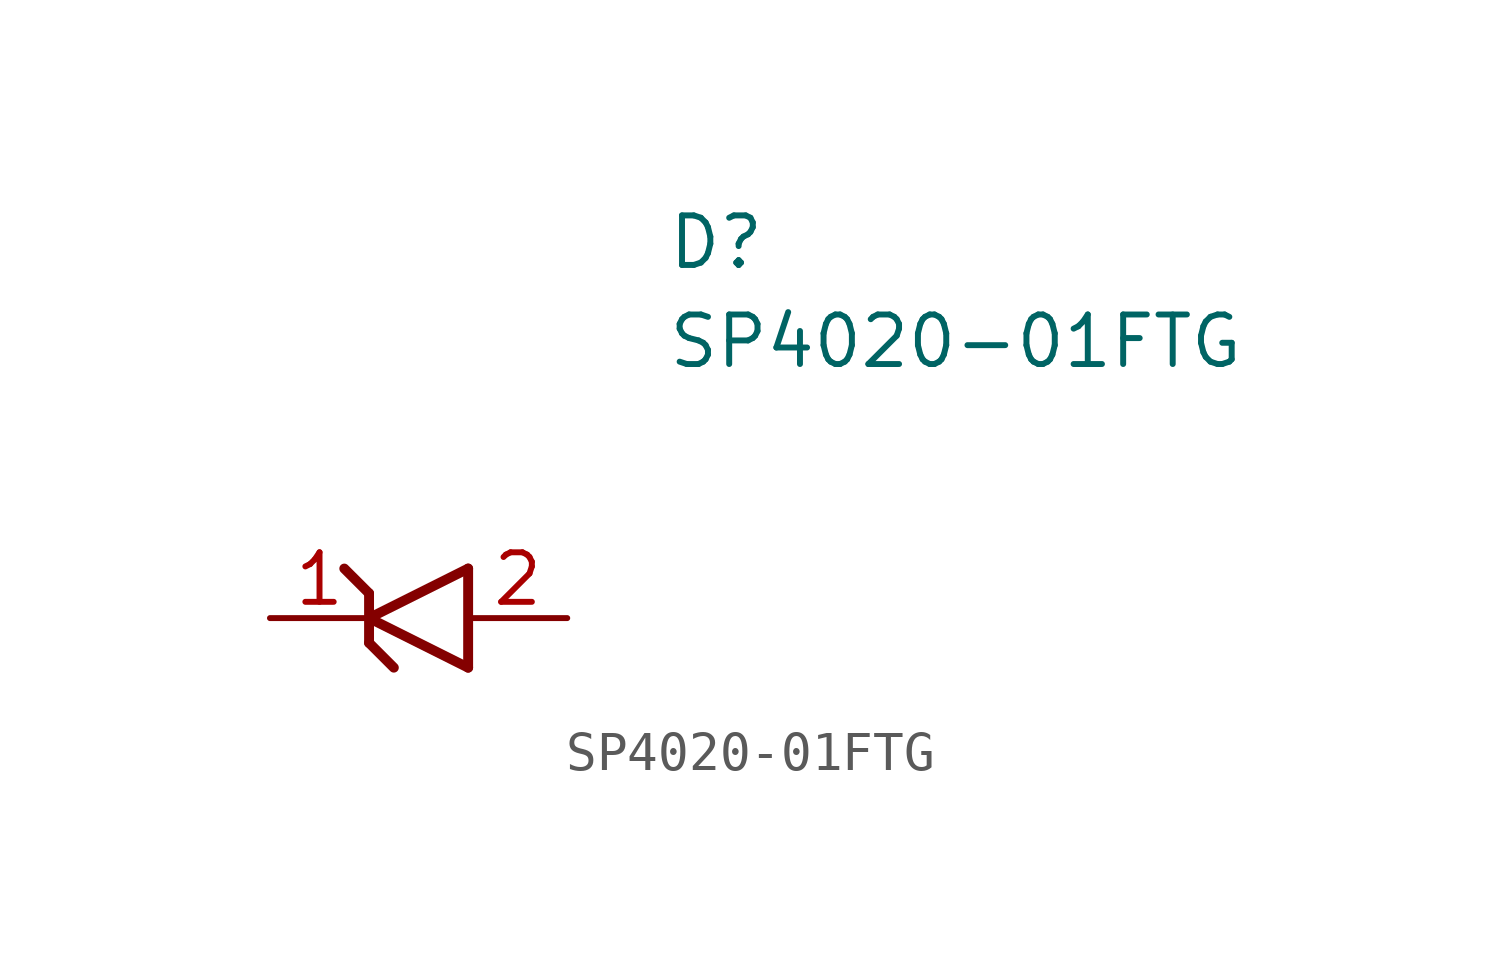
<source format=kicad_sym>
(kicad_symbol_lib
  (version 20220914)
  (generator kicad_symbol_editor)
  (symbol "SP4020-01FTG"
    (pin_names hide)
    (property "Reference" "D"
      (at 10.16 8.89 0)
      (effects (font (size 1.27 1.27)) (justify left bottom)))
    (property "Value" "SP4020-01FTG"
      (at 10.16 6.35 0)
      (effects (font (size 1.27 1.27)) (justify left bottom)))
    (symbol "SP4020-01FTG_1_1"
      (polyline (pts (xy 1.905 1.27) (xy 2.54 0.635)) (stroke (width 0.254) (type default)) (fill (type none)))
      (polyline (pts (xy 2.54 -0.635) (xy 2.54 0.635)) (stroke (width 0.254) (type default)) (fill (type none)))
      (polyline (pts (xy 2.54 -0.635) (xy 3.175 -1.27)) (stroke (width 0.254) (type default)) (fill (type none)))
      (polyline (pts (xy 2.54 0) (xy 5.08 1.27)) (stroke (width 0.254) (type default)) (fill (type none)))
      (polyline (pts (xy 5.08 -1.27) (xy 2.54 0)) (stroke (width 0.254) (type default)) (fill (type none)))
      (polyline (pts (xy 5.08 -1.27) (xy 5.08 1.27)) (stroke (width 0.254) (type default)) (fill (type none)))
      (pin passive line (at 0 0 0) (length 2.54) (name "K" (effects (font (size 1.27 1.27)))) (number "1" (effects (font (size 1.27 1.27)))))
      (pin passive line (at 7.62 0 180) (length 2.54) (name "A" (effects (font (size 1.27 1.27)))) (number "2" (effects (font (size 1.27 1.27))))))))
</source>
